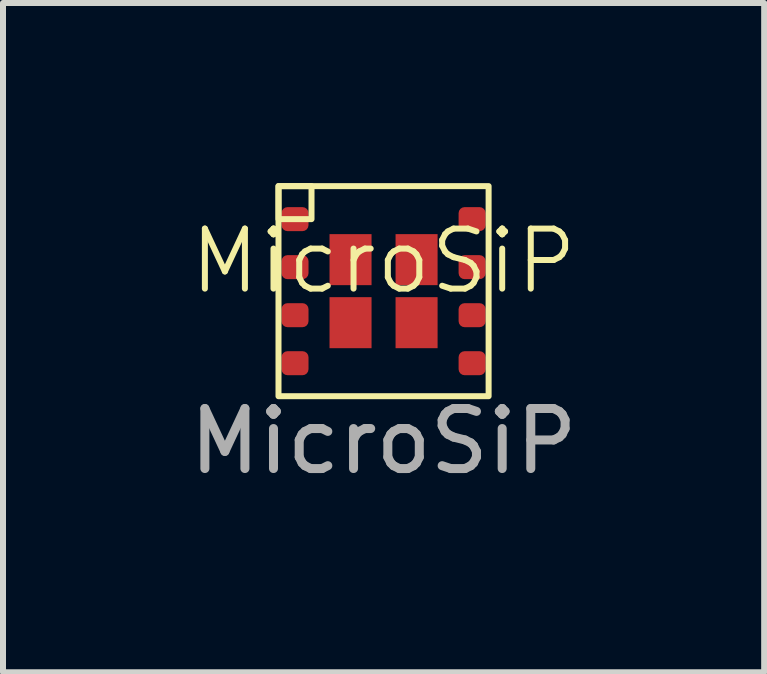
<source format=kicad_pcb>
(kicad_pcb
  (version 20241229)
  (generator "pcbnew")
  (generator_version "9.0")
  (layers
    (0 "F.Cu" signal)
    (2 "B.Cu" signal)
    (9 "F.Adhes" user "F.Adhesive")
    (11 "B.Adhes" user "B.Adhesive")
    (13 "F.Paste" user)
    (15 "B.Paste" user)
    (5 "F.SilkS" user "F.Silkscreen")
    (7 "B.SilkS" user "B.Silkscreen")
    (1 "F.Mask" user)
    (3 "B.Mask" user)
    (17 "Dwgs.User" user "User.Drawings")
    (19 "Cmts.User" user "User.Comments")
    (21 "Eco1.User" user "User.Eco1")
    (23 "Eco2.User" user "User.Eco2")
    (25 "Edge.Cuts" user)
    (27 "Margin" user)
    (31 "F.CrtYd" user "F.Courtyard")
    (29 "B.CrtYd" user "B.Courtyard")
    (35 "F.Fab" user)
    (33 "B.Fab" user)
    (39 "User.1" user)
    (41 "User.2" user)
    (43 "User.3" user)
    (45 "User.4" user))
  (footprint "MicroSiP"
    (layer "F.Cu")
    (at 3.339 1.8)
    (property "Reference" "MicroSiP" (at 0 -0.5 0) (unlocked yes) (layer "F.SilkS") (effects (font (size 1 1) (thickness 0.1))))
    (attr smd)
    (fp_rect (start -1.75 -1.75) (end -1.2 -1.2) (stroke (width 0.1) (type default)) (fill no) (layer "F.SilkS"))
    (fp_rect (start -1.75 -1.75) (end 1.75 1.75) (stroke (width 0.1) (type default)) (fill no) (layer "F.SilkS"))
    (fp_text user "${REFERENCE}" (at 0 2.5 0) (unlocked yes) (layer "F.Fab") (effects (font (size 1 1) (thickness 0.15))))
    (pad "1" smd roundrect (at -1.475 -1.2) (size 0.45 0.4) (layers "F.Cu" "F.Mask" "F.Paste") (roundrect_rratio 0.25))
    (pad "2" smd roundrect (at -1.475 -0.4) (size 0.45 0.4) (layers "F.Cu" "F.Mask" "F.Paste") (roundrect_rratio 0.25))
    (pad "3" smd roundrect (at -1.475 0.4) (size 0.45 0.4) (layers "F.Cu" "F.Mask" "F.Paste") (roundrect_rratio 0.25))
    (pad "4" smd roundrect (at -1.475 1.2) (size 0.45 0.4) (layers "F.Cu" "F.Mask" "F.Paste") (roundrect_rratio 0.25))
    (pad "5" smd roundrect (at 1.475 1.2) (size 0.45 0.4) (layers "F.Cu" "F.Mask" "F.Paste") (roundrect_rratio 0.25))
    (pad "6" smd roundrect (at 1.475 0.4) (size 0.45 0.4) (layers "F.Cu" "F.Mask" "F.Paste") (roundrect_rratio 0.25))
    (pad "7" smd roundrect (at 1.475 -0.4) (size 0.45 0.4) (layers "F.Cu" "F.Mask" "F.Paste") (roundrect_rratio 0.25))
    (pad "8" smd roundrect (at 1.475 -1.2) (size 0.45 0.4) (layers "F.Cu" "F.Mask" "F.Paste") (roundrect_rratio 0.25))
    (pad "9" smd rect (at -0.55 -0.525) (size 0.7 0.85) (layers "F.Cu" "F.Mask" "F.Paste"))
    (pad "9" smd rect (at -0.55 0.525) (size 0.7 0.85) (layers "F.Cu" "F.Mask" "F.Paste"))
    (pad "9" smd rect (at 0.55 -0.525) (size 0.7 0.85) (layers "F.Cu" "F.Mask" "F.Paste"))
    (pad "9" smd rect (at 0.55 0.525) (size 0.7 0.85) (layers "F.Cu" "F.Mask" "F.Paste")))
  (gr_rect
    (start -3 -3)
    (end 9.679 8.148)
    (stroke (width 0.1) (type default))
    (fill no)
    (layer "Edge.Cuts")))
</source>
